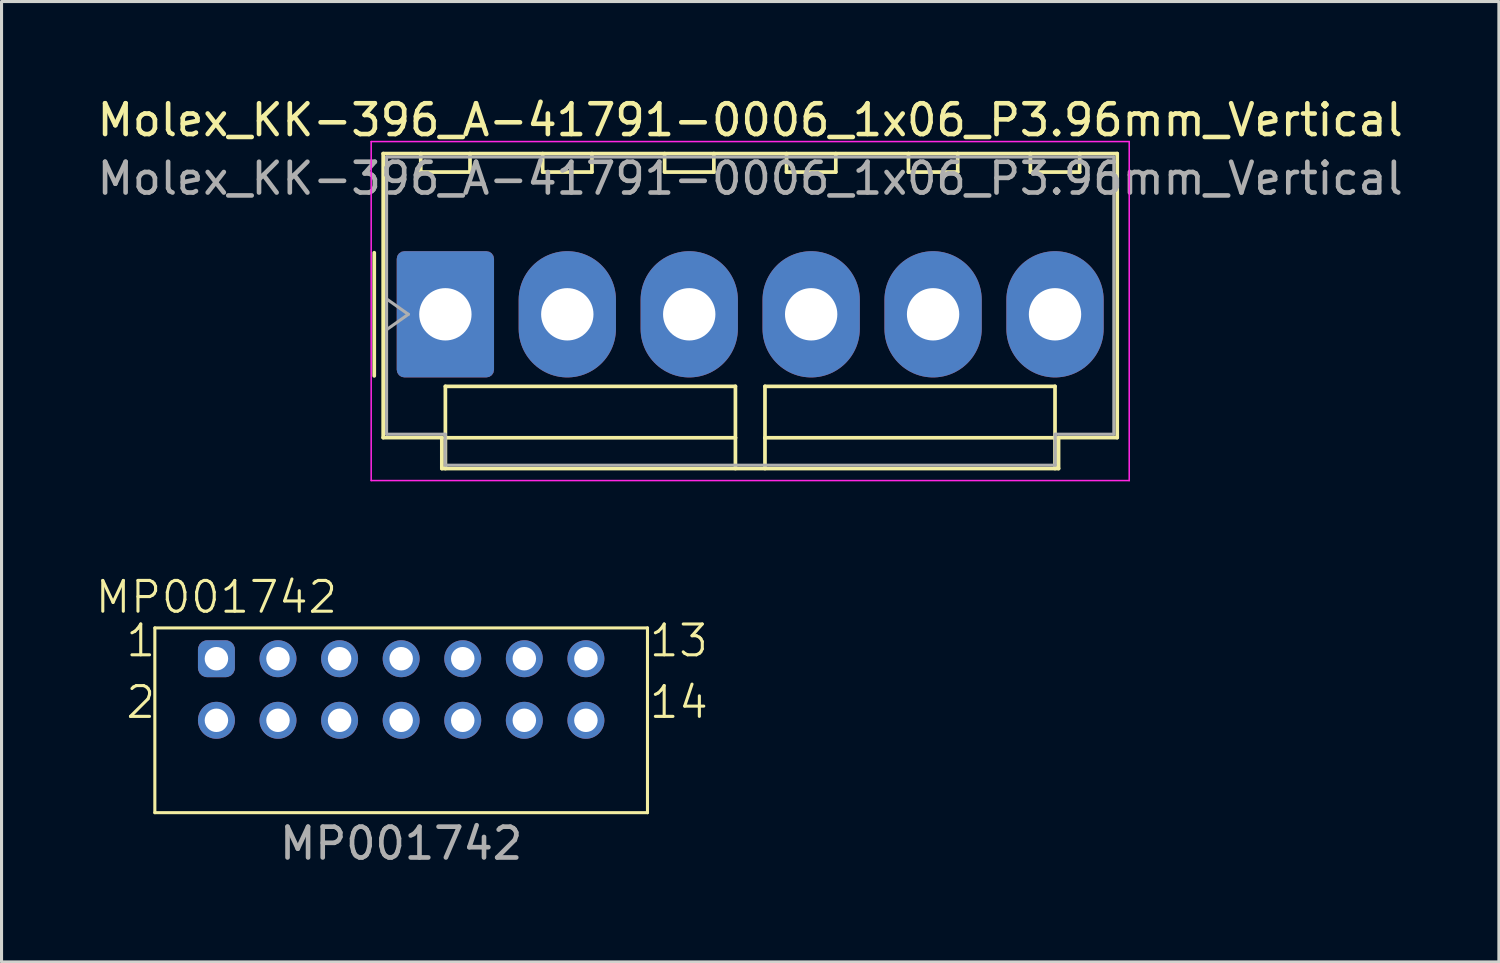
<source format=kicad_pcb>
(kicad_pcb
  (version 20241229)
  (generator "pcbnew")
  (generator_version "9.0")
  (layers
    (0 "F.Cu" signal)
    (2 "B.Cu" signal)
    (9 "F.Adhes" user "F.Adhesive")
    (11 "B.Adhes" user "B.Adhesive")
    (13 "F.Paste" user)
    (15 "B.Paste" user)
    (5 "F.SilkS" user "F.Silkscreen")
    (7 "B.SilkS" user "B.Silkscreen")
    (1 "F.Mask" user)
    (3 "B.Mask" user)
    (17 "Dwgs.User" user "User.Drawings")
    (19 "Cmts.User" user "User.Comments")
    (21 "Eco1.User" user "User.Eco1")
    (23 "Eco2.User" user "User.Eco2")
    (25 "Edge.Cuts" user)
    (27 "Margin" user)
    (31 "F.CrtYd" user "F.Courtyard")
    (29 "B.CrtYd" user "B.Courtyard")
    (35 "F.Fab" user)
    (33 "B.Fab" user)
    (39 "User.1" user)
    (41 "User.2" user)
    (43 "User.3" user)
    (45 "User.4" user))
  (footprint "Molex_KK-396_A-41791-0006_1x06_P3.96mm_Vertical"
    (layer "F.Cu")
    (at 11.415 7.158)
    (property "Reference" "Molex_KK-396_A-41791-0006_1x06_P3.96mm_Vertical" (at 9.9 -6.31 0) (layer "F.SilkS") (effects (font (size 1 1) (thickness 0.15))))
    (attr through_hole)
    (fp_line (start -2.31 -2) (end -2.31 2) (stroke (width 0.12) (type solid)) (layer "F.SilkS"))
    (fp_line (start -2.02 -5.22) (end 21.82 -5.22) (stroke (width 0.12) (type solid)) (layer "F.SilkS"))
    (fp_line (start -2.02 4.005) (end -2.02 -5.22) (stroke (width 0.12) (type solid)) (layer "F.SilkS"))
    (fp_line (start -0.8 -5.22) (end -0.8 -4.62) (stroke (width 0.12) (type solid)) (layer "F.SilkS"))
    (fp_line (start -0.8 -4.62) (end 0.8 -4.62) (stroke (width 0.12) (type solid)) (layer "F.SilkS"))
    (fp_line (start -0.115 4.005) (end -2.02 4.005) (stroke (width 0.12) (type solid)) (layer "F.SilkS"))
    (fp_line (start -0.115 5.01) (end -0.115 4.005) (stroke (width 0.12) (type solid)) (layer "F.SilkS"))
    (fp_line (start 0 2.34) (end 9.42 2.34) (stroke (width 0.12) (type solid)) (layer "F.SilkS"))
    (fp_line (start 0 4.01) (end 0 2.34) (stroke (width 0.12) (type solid)) (layer "F.SilkS"))
    (fp_line (start 0 4.01) (end 9.42 4.01) (stroke (width 0.12) (type solid)) (layer "F.SilkS"))
    (fp_line (start 0 5.01) (end 0 4.01) (stroke (width 0.12) (type solid)) (layer "F.SilkS"))
    (fp_line (start 0.8 -4.62) (end 0.8 -5.22) (stroke (width 0.12) (type solid)) (layer "F.SilkS"))
    (fp_line (start 3.16 -5.22) (end 3.16 -4.62) (stroke (width 0.12) (type solid)) (layer "F.SilkS"))
    (fp_line (start 3.16 -4.62) (end 4.76 -4.62) (stroke (width 0.12) (type solid)) (layer "F.SilkS"))
    (fp_line (start 4.76 -4.62) (end 4.76 -5.22) (stroke (width 0.12) (type solid)) (layer "F.SilkS"))
    (fp_line (start 7.12 -5.22) (end 7.12 -4.62) (stroke (width 0.12) (type solid)) (layer "F.SilkS"))
    (fp_line (start 7.12 -4.62) (end 8.72 -4.62) (stroke (width 0.12) (type solid)) (layer "F.SilkS"))
    (fp_line (start 8.72 -4.62) (end 8.72 -5.22) (stroke (width 0.12) (type solid)) (layer "F.SilkS"))
    (fp_line (start 9.42 2.34) (end 9.42 4.01) (stroke (width 0.12) (type solid)) (layer "F.SilkS"))
    (fp_line (start 9.42 4.01) (end 9.42 5.01) (stroke (width 0.12) (type solid)) (layer "F.SilkS"))
    (fp_line (start 10.38 2.34) (end 19.8 2.34) (stroke (width 0.12) (type solid)) (layer "F.SilkS"))
    (fp_line (start 10.38 4.01) (end 10.38 2.34) (stroke (width 0.12) (type solid)) (layer "F.SilkS"))
    (fp_line (start 10.38 4.01) (end 19.8 4.01) (stroke (width 0.12) (type solid)) (layer "F.SilkS"))
    (fp_line (start 10.38 5.01) (end 10.38 4.01) (stroke (width 0.12) (type solid)) (layer "F.SilkS"))
    (fp_line (start 11.08 -5.22) (end 11.08 -4.62) (stroke (width 0.12) (type solid)) (layer "F.SilkS"))
    (fp_line (start 11.08 -4.62) (end 12.68 -4.62) (stroke (width 0.12) (type solid)) (layer "F.SilkS"))
    (fp_line (start 12.68 -4.62) (end 12.68 -5.22) (stroke (width 0.12) (type solid)) (layer "F.SilkS"))
    (fp_line (start 15.04 -5.22) (end 15.04 -4.62) (stroke (width 0.12) (type solid)) (layer "F.SilkS"))
    (fp_line (start 15.04 -4.62) (end 16.64 -4.62) (stroke (width 0.12) (type solid)) (layer "F.SilkS"))
    (fp_line (start 16.64 -4.62) (end 16.64 -5.22) (stroke (width 0.12) (type solid)) (layer "F.SilkS"))
    (fp_line (start 19 -5.22) (end 19 -4.62) (stroke (width 0.12) (type solid)) (layer "F.SilkS"))
    (fp_line (start 19 -4.62) (end 20.6 -4.62) (stroke (width 0.12) (type solid)) (layer "F.SilkS"))
    (fp_line (start 19.8 2.34) (end 19.8 4.01) (stroke (width 0.12) (type solid)) (layer "F.SilkS"))
    (fp_line (start 19.8 4.01) (end 19.8 5.01) (stroke (width 0.12) (type solid)) (layer "F.SilkS"))
    (fp_line (start 19.915 4.005) (end 19.915 5.01) (stroke (width 0.12) (type solid)) (layer "F.SilkS"))
    (fp_line (start 19.915 5.01) (end -0.115 5.01) (stroke (width 0.12) (type solid)) (layer "F.SilkS"))
    (fp_line (start 20.6 -4.62) (end 20.6 -5.22) (stroke (width 0.12) (type solid)) (layer "F.SilkS"))
    (fp_line (start 21.82 -5.22) (end 21.82 4.005) (stroke (width 0.12) (type solid)) (layer "F.SilkS"))
    (fp_line (start 21.82 4.005) (end 19.915 4.005) (stroke (width 0.12) (type solid)) (layer "F.SilkS"))
    (fp_line (start -2.41 -5.61) (end -2.41 5.4) (stroke (width 0.05) (type solid)) (layer "F.CrtYd"))
    (fp_line (start -2.41 5.4) (end 22.21 5.4) (stroke (width 0.05) (type solid)) (layer "F.CrtYd"))
    (fp_line (start 22.21 -5.61) (end -2.41 -5.61) (stroke (width 0.05) (type solid)) (layer "F.CrtYd"))
    (fp_line (start 22.21 5.4) (end 22.21 -5.61) (stroke (width 0.05) (type solid)) (layer "F.CrtYd"))
    (fp_line (start -1.91 -5.11) (end 21.71 -5.11) (stroke (width 0.1) (type solid)) (layer "F.Fab"))
    (fp_line (start -1.91 -0.5) (end -1.203 0) (stroke (width 0.1) (type solid)) (layer "F.Fab"))
    (fp_line (start -1.91 3.895) (end -1.91 -5.11) (stroke (width 0.1) (type solid)) (layer "F.Fab"))
    (fp_line (start -1.203 0) (end -1.91 0.5) (stroke (width 0.1) (type solid)) (layer "F.Fab"))
    (fp_line (start -0.005 3.895) (end -1.91 3.895) (stroke (width 0.1) (type solid)) (layer "F.Fab"))
    (fp_line (start -0.005 4.9) (end -0.005 3.895) (stroke (width 0.1) (type solid)) (layer "F.Fab"))
    (fp_line (start 19.805 3.895) (end 19.805 4.9) (stroke (width 0.1) (type solid)) (layer "F.Fab"))
    (fp_line (start 19.805 4.9) (end -0.005 4.9) (stroke (width 0.1) (type solid)) (layer "F.Fab"))
    (fp_line (start 21.71 -5.11) (end 21.71 3.895) (stroke (width 0.1) (type solid)) (layer "F.Fab"))
    (fp_line (start 21.71 3.895) (end 19.805 3.895) (stroke (width 0.1) (type solid)) (layer "F.Fab"))
    (fp_text user "${REFERENCE}" (at 9.9 -4.41 0) (layer "F.Fab") (effects (font (size 1 1) (thickness 0.15))))
    (pad "1" thru_hole roundrect (at 0 0) (size 3.16 4.1) (drill 1.7) (layers "*.Cu" "*.Mask") (roundrect_rratio 0.079))
    (pad "2" thru_hole oval (at 3.96 0) (size 3.16 4.1) (drill 1.7) (layers "*.Cu" "*.Mask"))
    (pad "3" thru_hole oval (at 7.92 0) (size 3.16 4.1) (drill 1.7) (layers "*.Cu" "*.Mask"))
    (pad "4" thru_hole oval (at 11.88 0) (size 3.16 4.1) (drill 1.7) (layers "*.Cu" "*.Mask"))
    (pad "5" thru_hole oval (at 15.84 0) (size 3.16 4.1) (drill 1.7) (layers "*.Cu" "*.Mask"))
    (pad "6" thru_hole oval (at 19.8 0) (size 3.16 4.1) (drill 1.7) (layers "*.Cu" "*.Mask")))
  (footprint "MP001742"
    (layer "F.Cu")
    (at 9.979 18.344)
    (property "Reference" "MP001742" (at -6 -2 0) (unlocked yes) (layer "F.SilkS") (effects (font (size 1 1) (thickness 0.1))))
    (attr through_hole)
    (fp_line (start -8 -1) (end 8 -1) (stroke (width 0.1) (type default)) (layer "F.SilkS"))
    (fp_line (start -8 5) (end -8 -1) (stroke (width 0.1) (type default)) (layer "F.SilkS"))
    (fp_line (start 8 -1) (end 8 5) (stroke (width 0.1) (type default)) (layer "F.SilkS"))
    (fp_line (start 8 5) (end -8 5) (stroke (width 0.1) (type default)) (layer "F.SilkS"))
    (fp_text user "13" (at 8 0 0) (unlocked yes) (layer "F.SilkS") (effects (font (size 1 1) (thickness 0.1)) (justify left bottom)))
    (fp_text user "1" (at -9 0 0) (unlocked yes) (layer "F.SilkS") (effects (font (size 1 1) (thickness 0.1)) (justify left bottom)))
    (fp_text user "14" (at 8 2 0) (unlocked yes) (layer "F.SilkS") (effects (font (size 1 1) (thickness 0.1)) (justify left bottom)))
    (fp_text user "2" (at -9 2 0) (unlocked yes) (layer "F.SilkS") (effects (font (size 1 1) (thickness 0.1)) (justify left bottom)))
    (fp_text user "${REFERENCE}" (at 0 6 0) (unlocked yes) (layer "F.Fab") (effects (font (size 1 1) (thickness 0.15))))
    (pad "1" thru_hole roundrect (at -6 0) (size 1.2 1.2) (drill 0.762) (layers "*.Cu" "*.Mask") (roundrect_rratio 0.25))
    (pad "2" thru_hole circle (at -6 2) (size 1.2 1.2) (drill 0.762) (layers "*.Cu" "*.Mask"))
    (pad "3" thru_hole circle (at -4 0) (size 1.2 1.2) (drill 0.762) (layers "*.Cu" "*.Mask"))
    (pad "4" thru_hole circle (at -4 2) (size 1.2 1.2) (drill 0.762) (layers "*.Cu" "*.Mask"))
    (pad "5" thru_hole circle (at -2 0) (size 1.2 1.2) (drill 0.762) (layers "*.Cu" "*.Mask"))
    (pad "6" thru_hole circle (at -2 2) (size 1.2 1.2) (drill 0.762) (layers "*.Cu" "*.Mask"))
    (pad "7" thru_hole circle (at 0 0) (size 1.2 1.2) (drill 0.762) (layers "*.Cu" "*.Mask"))
    (pad "8" thru_hole circle (at 0 2) (size 1.2 1.2) (drill 0.762) (layers "*.Cu" "*.Mask"))
    (pad "9" thru_hole circle (at 2 0) (size 1.2 1.2) (drill 0.762) (layers "*.Cu" "*.Mask"))
    (pad "10" thru_hole circle (at 2 2) (size 1.2 1.2) (drill 0.762) (layers "*.Cu" "*.Mask"))
    (pad "11" thru_hole circle (at 4 0) (size 1.2 1.2) (drill 0.762) (layers "*.Cu" "*.Mask"))
    (pad "12" thru_hole circle (at 4 2) (size 1.2 1.2) (drill 0.762) (layers "*.Cu" "*.Mask"))
    (pad "13" thru_hole circle (at 6 0) (size 1.2 1.2) (drill 0.762) (layers "*.Cu" "*.Mask"))
    (pad "14" thru_hole circle (at 6 2) (size 1.2 1.2) (drill 0.762) (layers "*.Cu" "*.Mask")))
  (gr_rect
    (start -3 -3)
    (end 45.631 28.192)
    (stroke (width 0.1) (type default))
    (fill no)
    (layer "Edge.Cuts")))
</source>
